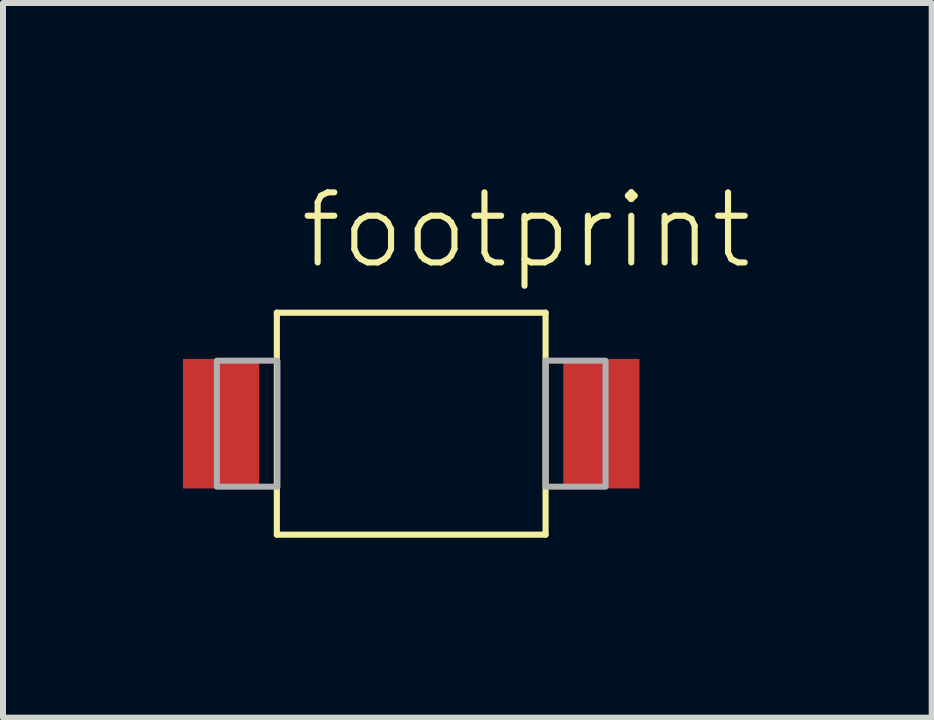
<source format=kicad_pcb>
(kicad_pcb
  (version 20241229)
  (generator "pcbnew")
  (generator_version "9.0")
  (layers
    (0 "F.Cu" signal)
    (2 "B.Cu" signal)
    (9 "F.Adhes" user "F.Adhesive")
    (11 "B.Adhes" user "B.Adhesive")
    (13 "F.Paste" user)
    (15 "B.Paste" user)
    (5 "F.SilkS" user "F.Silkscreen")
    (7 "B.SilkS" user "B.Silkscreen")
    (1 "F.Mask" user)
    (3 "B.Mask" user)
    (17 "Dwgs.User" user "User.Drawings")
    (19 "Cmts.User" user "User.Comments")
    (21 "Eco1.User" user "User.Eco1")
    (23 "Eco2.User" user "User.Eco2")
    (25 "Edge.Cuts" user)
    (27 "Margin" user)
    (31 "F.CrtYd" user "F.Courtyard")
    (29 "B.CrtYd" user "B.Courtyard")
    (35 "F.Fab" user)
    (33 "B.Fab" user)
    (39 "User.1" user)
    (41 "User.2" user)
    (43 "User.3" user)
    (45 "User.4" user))
  (footprint "footprint"
    (layer "F.Cu")
    (at 3.805 4.013)
    (property "Reference" "footprint" (at -1.905 -2.54 0) (layer "F.SilkS") (effects (font (size 1.168 1.168) (thickness 0.102)) (justify left bottom)))
    (fp_line (start -2.24 -1.85) (end 2.24 -1.85) (stroke (width 0.102) (type solid)) (layer "F.SilkS"))
    (fp_line (start -2.24 1.85) (end -2.24 -1.85) (stroke (width 0.102) (type solid)) (layer "F.SilkS"))
    (fp_line (start 2.24 -1.85) (end 2.24 1.85) (stroke (width 0.102) (type solid)) (layer "F.SilkS"))
    (fp_line (start 2.24 1.85) (end -2.24 1.85) (stroke (width 0.102) (type solid)) (layer "F.SilkS"))
    (fp_poly (pts (xy -3.24 1.05) (xy -2.23 1.05) (xy -2.23 -1.05) (xy -3.24 -1.05)) (stroke (width 0.1) (type solid)) (fill no) (layer "F.Fab"))
    (fp_poly (pts (xy 2.24 1.05) (xy 3.24 1.05) (xy 3.24 -1.05) (xy 2.24 -1.05)) (stroke (width 0.1) (type solid)) (fill no) (layer "F.Fab"))
    (pad "A" smd rect (at 3.17 0 180) (size 1.27 2.16) (layers "F.Cu" "F.Mask" "F.Paste"))
    (pad "C" smd rect (at -3.17 0) (size 1.27 2.16) (layers "F.Cu" "F.Mask" "F.Paste")))
  (gr_rect
    (start -3 -3)
    (end 12.482 8.914)
    (stroke (width 0.1) (type default))
    (fill no)
    (layer "Edge.Cuts")))
</source>
